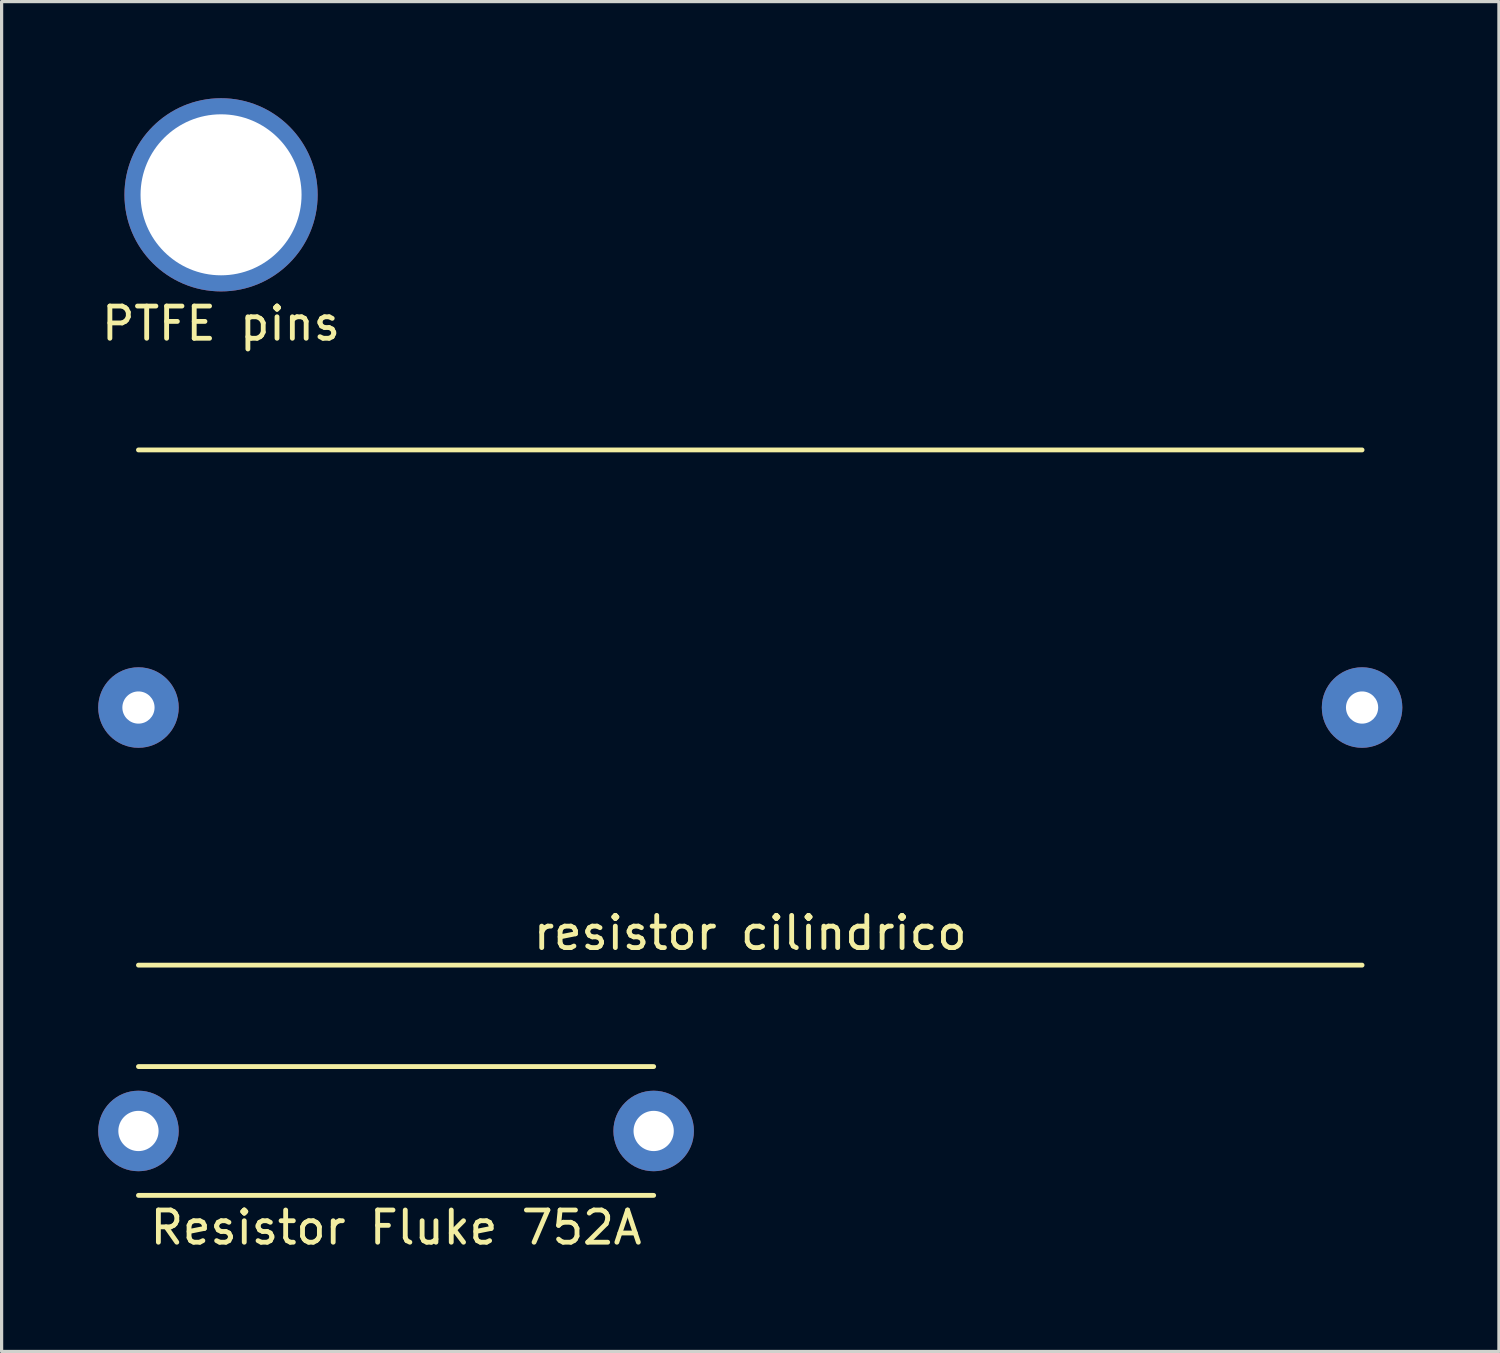
<source format=kicad_pcb>
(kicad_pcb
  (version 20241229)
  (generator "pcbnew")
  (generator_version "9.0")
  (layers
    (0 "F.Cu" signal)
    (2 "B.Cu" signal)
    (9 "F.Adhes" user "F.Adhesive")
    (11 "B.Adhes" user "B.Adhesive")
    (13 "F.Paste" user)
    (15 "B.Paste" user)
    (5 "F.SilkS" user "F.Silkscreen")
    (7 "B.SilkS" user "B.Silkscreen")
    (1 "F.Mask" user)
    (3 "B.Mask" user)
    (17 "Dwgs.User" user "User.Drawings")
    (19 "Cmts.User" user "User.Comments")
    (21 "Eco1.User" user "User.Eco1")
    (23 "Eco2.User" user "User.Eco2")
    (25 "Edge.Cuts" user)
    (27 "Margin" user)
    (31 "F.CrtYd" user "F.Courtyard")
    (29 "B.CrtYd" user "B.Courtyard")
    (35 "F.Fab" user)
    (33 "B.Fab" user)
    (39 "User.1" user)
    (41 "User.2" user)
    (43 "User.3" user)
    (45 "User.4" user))
  (footprint "resistor cilindrico"
    (layer "F.Cu")
    (at 20.25 18.923)
    (property "Reference" "resistor cilindrico" (at 0 7 0) (layer "F.SilkS") (effects (font (size 1 1) (thickness 0.15))))
    (attr through_hole)
    (fp_line (start -19 8) (end 19 8) (stroke (width 0.15) (type solid)) (layer "F.SilkS"))
    (fp_line (start 19 -8) (end -19 -8) (stroke (width 0.15) (type solid)) (layer "F.SilkS"))
    (pad "1" thru_hole circle (at 19 0) (size 2.5 2.5) (drill 1) (layers "*.Cu" "*.Mask"))
    (pad "2" thru_hole circle (at -19 0) (size 2.5 2.5) (drill 1) (layers "*.Cu" "*.Mask")))
  (footprint "Resistor Fluke 752A"
    (layer "F.Cu")
    (at 9.25 32.073)
    (property "Reference" "Resistor Fluke 752A" (at 0 3 0) (layer "F.SilkS") (effects (font (size 1 1) (thickness 0.15))))
    (attr through_hole)
    (fp_line (start -8 2) (end 8 2) (stroke (width 0.15) (type solid)) (layer "F.SilkS"))
    (fp_line (start 8 -2) (end -8 -2) (stroke (width 0.15) (type solid)) (layer "F.SilkS"))
    (pad "1" thru_hole circle (at -8 0) (size 2.5 2.5) (drill 1.25) (layers "*.Cu" "*.Mask"))
    (pad "2" thru_hole circle (at 8 0) (size 2.5 2.5) (drill 1.25) (layers "*.Cu" "*.Mask")))
  (footprint "PTFE pins"
    (layer "F.Cu")
    (at 3.815 3)
    (property "Reference" "PTFE pins" (at 0 4 0) (layer "F.SilkS") (effects (font (size 1 1) (thickness 0.15))))
    (attr through_hole)
    (pad "1" thru_hole circle (at 0 0) (size 6 6) (drill 5) (layers "*.Cu" "*.Mask")))
  (gr_rect
    (start -3 -3)
    (end 43.5 38.922)
    (stroke (width 0.1) (type default))
    (fill no)
    (layer "Edge.Cuts")))
</source>
